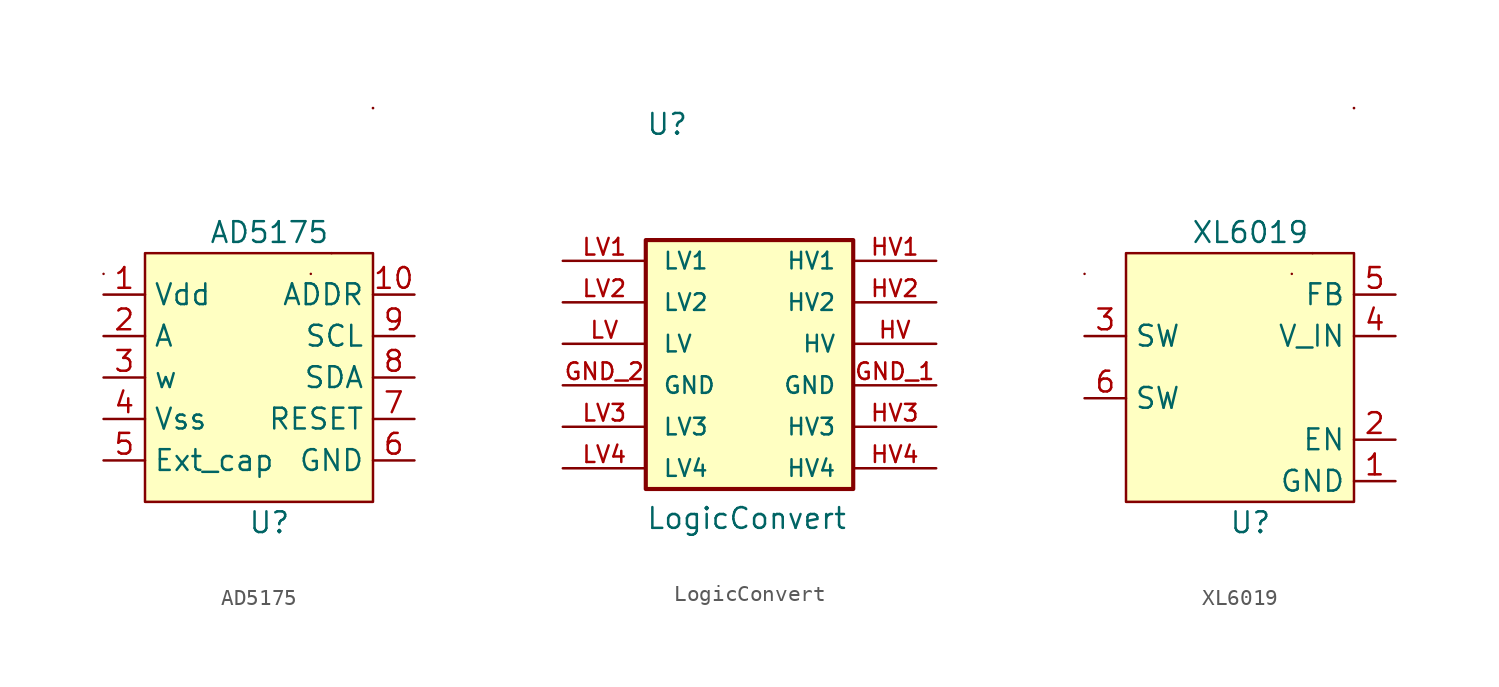
<source format=kicad_sym>
(kicad_symbol_lib
  (version 20231120)
  (generator "kicad_symbol_editor")
  (generator_version "8.0")
  (symbol "AD5175"
    (property "Reference" "U"
      (at 0 -10.16 0)
      (effects (font (size 1.27 1.27))))
    (property "Value" "AD5175"
      (at 0 7.62 0)
      (effects (font (size 1.27 1.27))))
    (symbol "AD5175_0_1"
      (rectangle (start -10.16 5.08) (end -10.16 5.08) (stroke (width 0) (type default)) (fill (type none)))
      (rectangle (start -7.62 6.35) (end 6.35 -8.89) (stroke (width 0) (type default)) (fill (type background)))
      (rectangle (start 2.54 5.08) (end 2.54 5.08) (stroke (width 0) (type default)) (fill (type none)))
      (rectangle (start 3.81 6.35) (end 3.81 6.35) (stroke (width 0) (type default)) (fill (type none)))
      (rectangle (start 6.35 15.24) (end 6.35 15.24) (stroke (width 0) (type default)) (fill (type none)))
      (rectangle (start 6.35 15.24) (end 6.35 15.24) (stroke (width 0) (type default)) (fill (type none))))
    (symbol "AD5175_1_1"
      (pin power_in line (at -10.16 3.81 0) (length 2.54) (name "Vdd" (effects (font (size 1.27 1.27)))) (number "1" (effects (font (size 1.27 1.27)))))
      (pin input line (at 8.89 3.81 180) (length 2.54) (name "ADDR" (effects (font (size 1.27 1.27)))) (number "10" (effects (font (size 1.27 1.27)))))
      (pin input line (at -10.16 1.27 0) (length 2.54) (name "A" (effects (font (size 1.27 1.27)))) (number "2" (effects (font (size 1.27 1.27)))))
      (pin input line (at -10.16 -1.27 0) (length 2.54) (name "w" (effects (font (size 1.27 1.27)))) (number "3" (effects (font (size 1.27 1.27)))))
      (pin power_in line (at -10.16 -3.81 0) (length 2.54) (name "Vss" (effects (font (size 1.27 1.27)))) (number "4" (effects (font (size 1.27 1.27)))))
      (pin power_in line (at -10.16 -6.35 0) (length 2.54) (name "Ext_cap" (effects (font (size 1.27 1.27)))) (number "5" (effects (font (size 1.27 1.27)))))
      (pin input line (at 8.89 -6.35 180) (length 2.54) (name "GND" (effects (font (size 1.27 1.27)))) (number "6" (effects (font (size 1.27 1.27)))))
      (pin input line (at 8.89 -3.81 180) (length 2.54) (name "RESET" (effects (font (size 1.27 1.27)))) (number "7" (effects (font (size 1.27 1.27)))))
      (pin input line (at 8.89 -1.27 180) (length 2.54) (name "SDA" (effects (font (size 1.27 1.27)))) (number "8" (effects (font (size 1.27 1.27)))))
      (pin input line (at 8.89 1.27 180) (length 2.54) (name "SCL" (effects (font (size 1.27 1.27)))) (number "9" (effects (font (size 1.27 1.27)))))))
  (symbol "LogicConvert"
    (pin_names
      (offset 1.016))
    (property "Reference" "U"
      (at -12.7 11.43 0)
      (effects (font (size 1.27 1.27)) (justify left bottom)))
    (property "Value" "LogicConvert"
      (at -12.7 -12.7 0)
      (effects (font (size 1.27 1.27)) (justify left bottom)))
    (property "ki_locked" ""
      (at 0 0 0)
      (effects (font (size 1.27 1.27))))
    (symbol "LogicConvert_0_0"
      (rectangle (start -12.7 5.08) (end 0 -10.16) (stroke (width 0.254) (type default)) (fill (type background)))
      (pin power_in line (at 5.08 -3.81 180) (length 5.08) (name "GND" (effects (font (size 1.016 1.016)))) (number "GND_1" (effects (font (size 1.016 1.016)))))
      (pin power_in line (at -17.78 -3.81 0) (length 5.08) (name "GND" (effects (font (size 1.016 1.016)))) (number "GND_2" (effects (font (size 1.016 1.016)))))
      (pin bidirectional line (at 5.08 -1.27 180) (length 5.08) (name "HV" (effects (font (size 1.016 1.016)))) (number "HV" (effects (font (size 1.016 1.016)))))
      (pin bidirectional line (at 5.08 3.81 180) (length 5.08) (name "HV1" (effects (font (size 1.016 1.016)))) (number "HV1" (effects (font (size 1.016 1.016)))))
      (pin bidirectional line (at 5.08 1.27 180) (length 5.08) (name "HV2" (effects (font (size 1.016 1.016)))) (number "HV2" (effects (font (size 1.016 1.016)))))
      (pin bidirectional line (at 5.08 -6.35 180) (length 5.08) (name "HV3" (effects (font (size 1.016 1.016)))) (number "HV3" (effects (font (size 1.016 1.016)))))
      (pin bidirectional line (at 5.08 -8.89 180) (length 5.08) (name "HV4" (effects (font (size 1.016 1.016)))) (number "HV4" (effects (font (size 1.016 1.016)))))
      (pin bidirectional line (at -17.78 -1.27 0) (length 5.08) (name "LV" (effects (font (size 1.016 1.016)))) (number "LV" (effects (font (size 1.016 1.016)))))
      (pin bidirectional line (at -17.78 3.81 0) (length 5.08) (name "LV1" (effects (font (size 1.016 1.016)))) (number "LV1" (effects (font (size 1.016 1.016)))))
      (pin bidirectional line (at -17.78 1.27 0) (length 5.08) (name "LV2" (effects (font (size 1.016 1.016)))) (number "LV2" (effects (font (size 1.016 1.016)))))
      (pin bidirectional line (at -17.78 -6.35 0) (length 5.08) (name "LV3" (effects (font (size 1.016 1.016)))) (number "LV3" (effects (font (size 1.016 1.016)))))
      (pin bidirectional line (at -17.78 -8.89 0) (length 5.08) (name "LV4" (effects (font (size 1.016 1.016)))) (number "LV4" (effects (font (size 1.016 1.016)))))))
  (symbol "XL6019"
    (property "Reference" "U"
      (at 0 -10.16 0)
      (effects (font (size 1.27 1.27))))
    (property "Value" "XL6019"
      (at 0 7.62 0)
      (effects (font (size 1.27 1.27))))
    (symbol "XL6019_0_1"
      (rectangle (start -10.16 5.08) (end -10.16 5.08) (stroke (width 0) (type default)) (fill (type none)))
      (rectangle (start -7.62 6.35) (end 6.35 -8.89) (stroke (width 0) (type default)) (fill (type background)))
      (rectangle (start 2.54 5.08) (end 2.54 5.08) (stroke (width 0) (type default)) (fill (type none)))
      (rectangle (start 3.81 6.35) (end 3.81 6.35) (stroke (width 0) (type default)) (fill (type none)))
      (rectangle (start 6.35 15.24) (end 6.35 15.24) (stroke (width 0) (type default)) (fill (type none)))
      (rectangle (start 6.35 15.24) (end 6.35 15.24) (stroke (width 0) (type default)) (fill (type none))))
    (symbol "XL6019_1_1"
      (pin power_in line (at 8.89 -7.62 180) (length 2.54) (name "GND" (effects (font (size 1.27 1.27)))) (number "1" (effects (font (size 1.27 1.27)))))
      (pin input line (at 8.89 -5.08 180) (length 2.54) (name "EN" (effects (font (size 1.27 1.27)))) (number "2" (effects (font (size 1.27 1.27)))))
      (pin input line (at -10.16 1.27 0) (length 2.54) (name "SW" (effects (font (size 1.27 1.27)))) (number "3" (effects (font (size 1.27 1.27)))))
      (pin power_in line (at 8.89 1.27 180) (length 2.54) (name "V_IN" (effects (font (size 1.27 1.27)))) (number "4" (effects (font (size 1.27 1.27)))))
      (pin power_in line (at 8.89 3.81 180) (length 2.54) (name "FB" (effects (font (size 1.27 1.27)))) (number "5" (effects (font (size 1.27 1.27)))))
      (pin input line (at -10.16 -2.54 0) (length 2.54) (name "SW" (effects (font (size 1.27 1.27)))) (number "6" (effects (font (size 1.27 1.27))))))))
</source>
